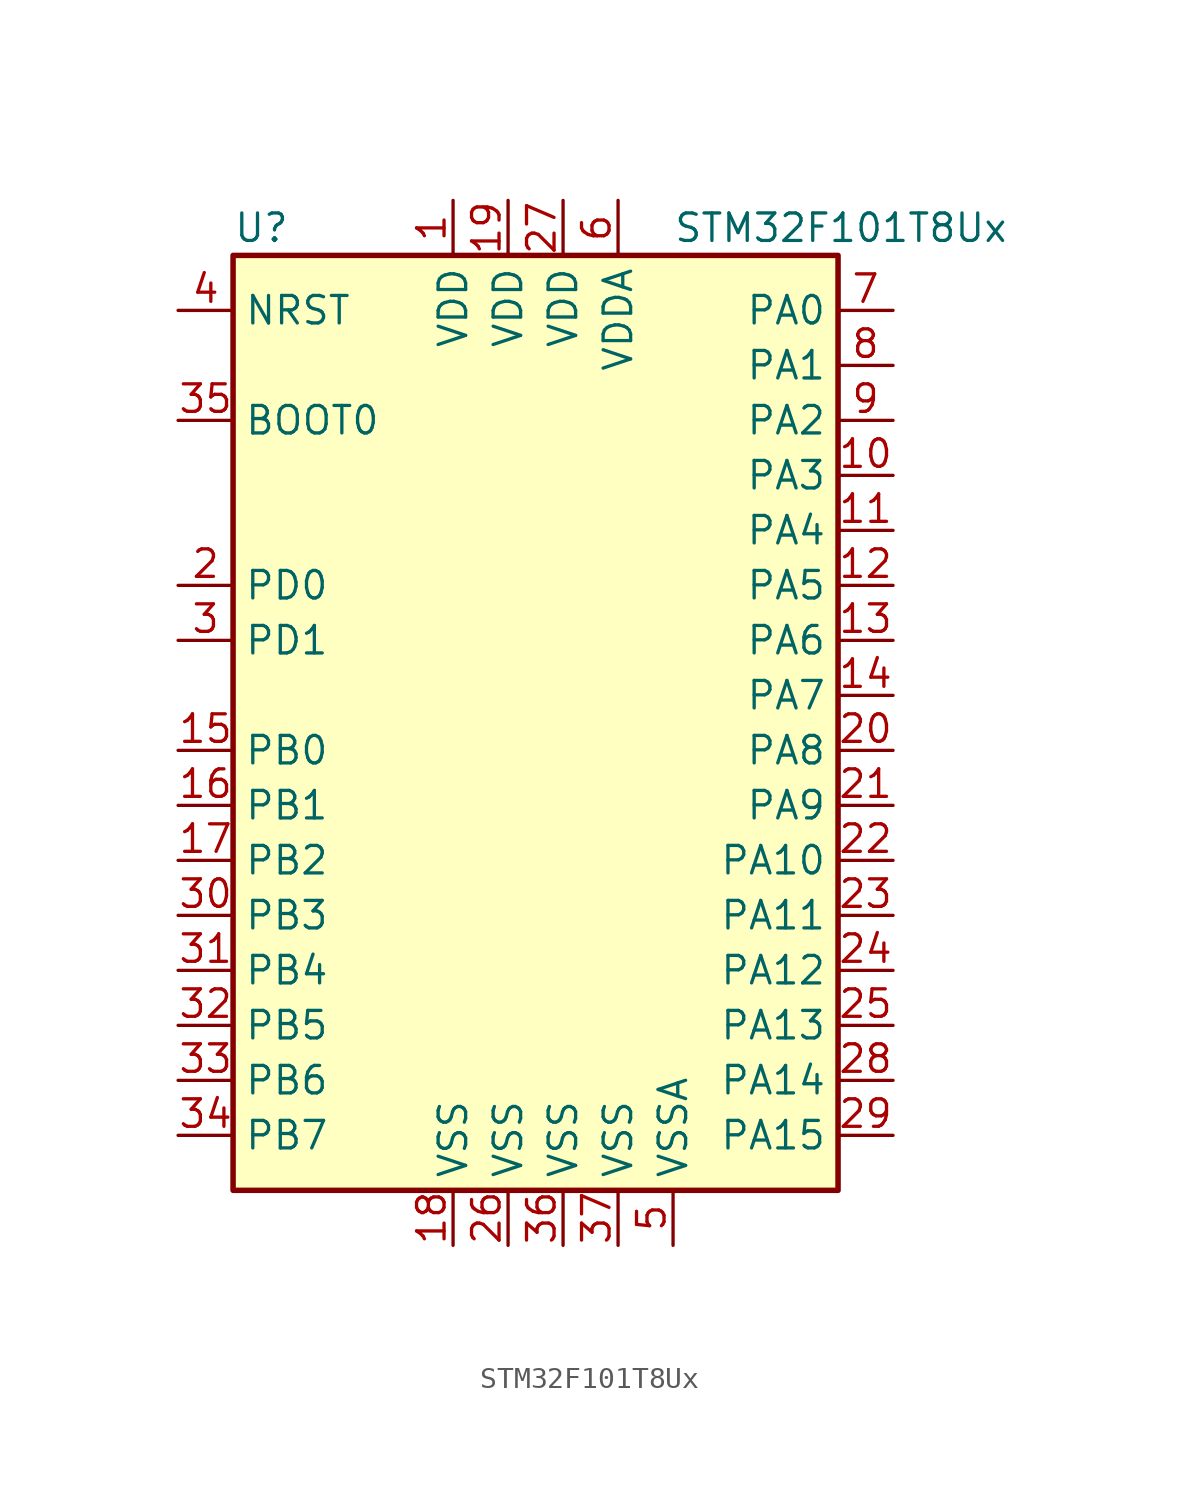
<source format=kicad_sym>
(kicad_symbol_lib
  (version 20201005)
  (generator kicad_symbol_editor)
  (symbol "MCU_ST_STM32F1:STM32F101T8Ux"
    (property "Reference" "U"
      (at -15.24 21.59 0)
      (effects (font (size 1.27 1.27)) (justify left)))
    (property "Value" "STM32F101T8Ux"
      (at 5.08 21.59 0)
      (effects (font (size 1.27 1.27)) (justify left)))
    (symbol "STM32F101T8Ux_0_1"
      (rectangle (start -15.24 -22.86) (end 12.7 20.32) (stroke (width 0.254)) (fill (type background))))
    (symbol "STM32F101T8Ux_1_1"
      (pin input line (at -17.78 12.7 0) (length 2.54) (name "BOOT0" (effects (font (size 1.27 1.27)))) (number "35" (effects (font (size 1.27 1.27)))))
      (pin input line (at -17.78 17.78 0) (length 2.54) (name "NRST" (effects (font (size 1.27 1.27)))) (number "4" (effects (font (size 1.27 1.27)))))
      (pin bidirectional line (at 15.24 17.78 180) (length 2.54) (name "PA0" (effects (font (size 1.27 1.27)))) (number "7" (effects (font (size 1.27 1.27)))))
      (pin bidirectional line (at 15.24 15.24 180) (length 2.54) (name "PA1" (effects (font (size 1.27 1.27)))) (number "8" (effects (font (size 1.27 1.27)))))
      (pin bidirectional line (at 15.24 -7.62 180) (length 2.54) (name "PA10" (effects (font (size 1.27 1.27)))) (number "22" (effects (font (size 1.27 1.27)))))
      (pin bidirectional line (at 15.24 -10.16 180) (length 2.54) (name "PA11" (effects (font (size 1.27 1.27)))) (number "23" (effects (font (size 1.27 1.27)))))
      (pin bidirectional line (at 15.24 -12.7 180) (length 2.54) (name "PA12" (effects (font (size 1.27 1.27)))) (number "24" (effects (font (size 1.27 1.27)))))
      (pin bidirectional line (at 15.24 -15.24 180) (length 2.54) (name "PA13" (effects (font (size 1.27 1.27)))) (number "25" (effects (font (size 1.27 1.27)))))
      (pin bidirectional line (at 15.24 -17.78 180) (length 2.54) (name "PA14" (effects (font (size 1.27 1.27)))) (number "28" (effects (font (size 1.27 1.27)))))
      (pin bidirectional line (at 15.24 -20.32 180) (length 2.54) (name "PA15" (effects (font (size 1.27 1.27)))) (number "29" (effects (font (size 1.27 1.27)))))
      (pin bidirectional line (at 15.24 12.7 180) (length 2.54) (name "PA2" (effects (font (size 1.27 1.27)))) (number "9" (effects (font (size 1.27 1.27)))))
      (pin bidirectional line (at 15.24 10.16 180) (length 2.54) (name "PA3" (effects (font (size 1.27 1.27)))) (number "10" (effects (font (size 1.27 1.27)))))
      (pin bidirectional line (at 15.24 7.62 180) (length 2.54) (name "PA4" (effects (font (size 1.27 1.27)))) (number "11" (effects (font (size 1.27 1.27)))))
      (pin bidirectional line (at 15.24 5.08 180) (length 2.54) (name "PA5" (effects (font (size 1.27 1.27)))) (number "12" (effects (font (size 1.27 1.27)))))
      (pin bidirectional line (at 15.24 2.54 180) (length 2.54) (name "PA6" (effects (font (size 1.27 1.27)))) (number "13" (effects (font (size 1.27 1.27)))))
      (pin bidirectional line (at 15.24 0 180) (length 2.54) (name "PA7" (effects (font (size 1.27 1.27)))) (number "14" (effects (font (size 1.27 1.27)))))
      (pin bidirectional line (at 15.24 -2.54 180) (length 2.54) (name "PA8" (effects (font (size 1.27 1.27)))) (number "20" (effects (font (size 1.27 1.27)))))
      (pin bidirectional line (at 15.24 -5.08 180) (length 2.54) (name "PA9" (effects (font (size 1.27 1.27)))) (number "21" (effects (font (size 1.27 1.27)))))
      (pin bidirectional line (at -17.78 -2.54 0) (length 2.54) (name "PB0" (effects (font (size 1.27 1.27)))) (number "15" (effects (font (size 1.27 1.27)))))
      (pin bidirectional line (at -17.78 -5.08 0) (length 2.54) (name "PB1" (effects (font (size 1.27 1.27)))) (number "16" (effects (font (size 1.27 1.27)))))
      (pin bidirectional line (at -17.78 -7.62 0) (length 2.54) (name "PB2" (effects (font (size 1.27 1.27)))) (number "17" (effects (font (size 1.27 1.27)))))
      (pin bidirectional line (at -17.78 -10.16 0) (length 2.54) (name "PB3" (effects (font (size 1.27 1.27)))) (number "30" (effects (font (size 1.27 1.27)))))
      (pin bidirectional line (at -17.78 -12.7 0) (length 2.54) (name "PB4" (effects (font (size 1.27 1.27)))) (number "31" (effects (font (size 1.27 1.27)))))
      (pin bidirectional line (at -17.78 -15.24 0) (length 2.54) (name "PB5" (effects (font (size 1.27 1.27)))) (number "32" (effects (font (size 1.27 1.27)))))
      (pin bidirectional line (at -17.78 -17.78 0) (length 2.54) (name "PB6" (effects (font (size 1.27 1.27)))) (number "33" (effects (font (size 1.27 1.27)))))
      (pin bidirectional line (at -17.78 -20.32 0) (length 2.54) (name "PB7" (effects (font (size 1.27 1.27)))) (number "34" (effects (font (size 1.27 1.27)))))
      (pin input line (at -17.78 5.08 0) (length 2.54) (name "PD0" (effects (font (size 1.27 1.27)))) (number "2" (effects (font (size 1.27 1.27)))))
      (pin input line (at -17.78 2.54 0) (length 2.54) (name "PD1" (effects (font (size 1.27 1.27)))) (number "3" (effects (font (size 1.27 1.27)))))
      (pin power_in line (at -5.08 22.86 270) (length 2.54) (name "VDD" (effects (font (size 1.27 1.27)))) (number "1" (effects (font (size 1.27 1.27)))))
      (pin power_in line (at -2.54 22.86 270) (length 2.54) (name "VDD" (effects (font (size 1.27 1.27)))) (number "19" (effects (font (size 1.27 1.27)))))
      (pin power_in line (at 0 22.86 270) (length 2.54) (name "VDD" (effects (font (size 1.27 1.27)))) (number "27" (effects (font (size 1.27 1.27)))))
      (pin power_in line (at 2.54 22.86 270) (length 2.54) (name "VDDA" (effects (font (size 1.27 1.27)))) (number "6" (effects (font (size 1.27 1.27)))))
      (pin power_in line (at -5.08 -25.4 90) (length 2.54) (name "VSS" (effects (font (size 1.27 1.27)))) (number "18" (effects (font (size 1.27 1.27)))))
      (pin power_in line (at -2.54 -25.4 90) (length 2.54) (name "VSS" (effects (font (size 1.27 1.27)))) (number "26" (effects (font (size 1.27 1.27)))))
      (pin power_in line (at 0 -25.4 90) (length 2.54) (name "VSS" (effects (font (size 1.27 1.27)))) (number "36" (effects (font (size 1.27 1.27)))))
      (pin power_in line (at 2.54 -25.4 90) (length 2.54) (name "VSS" (effects (font (size 1.27 1.27)))) (number "37" (effects (font (size 1.27 1.27)))))
      (pin power_in line (at 5.08 -25.4 90) (length 2.54) (name "VSSA" (effects (font (size 1.27 1.27)))) (number "5" (effects (font (size 1.27 1.27))))))))
</source>
